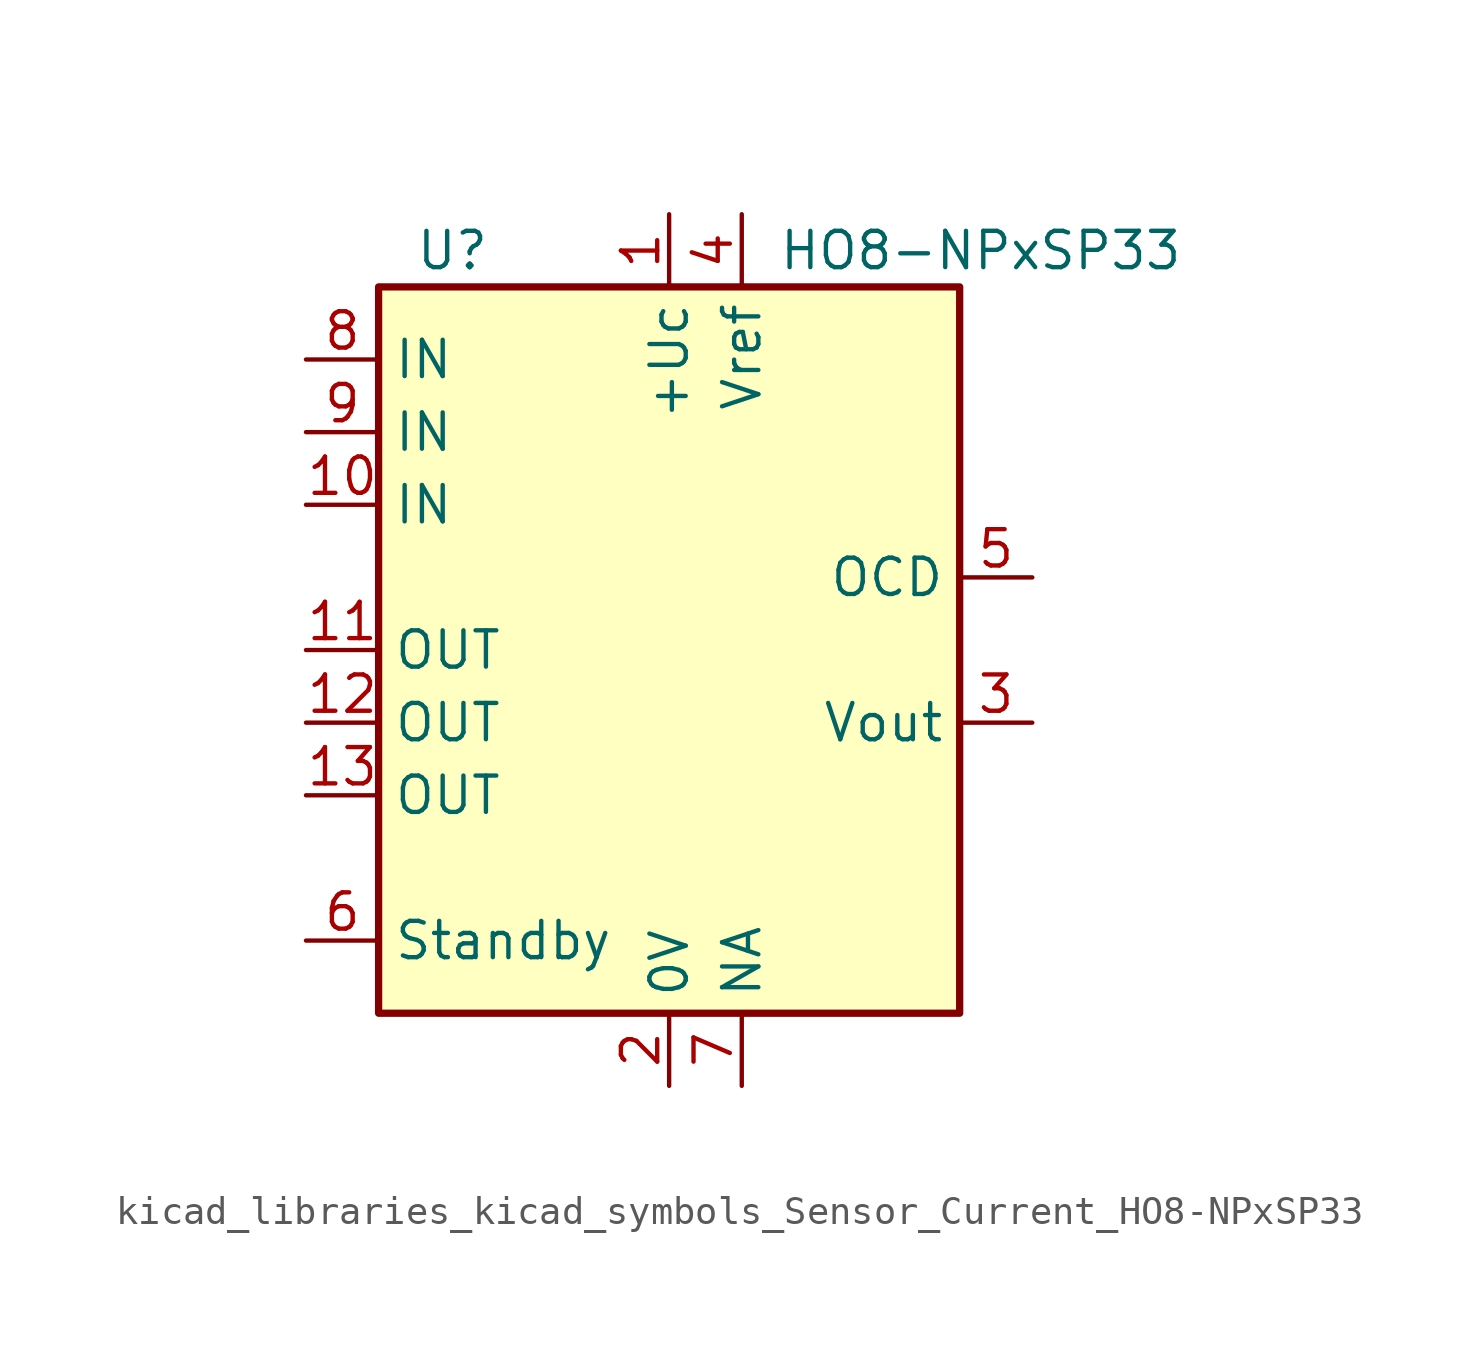
<source format=kicad_sym>
(kicad_symbol_lib
  (version 20220914)
  (generator kicad_symbol_editor)
  (symbol "kicad_libraries_kicad_symbols_Sensor_Current_HO8-NPxSP33"
    (property "Reference" "U"
      (at -8.89 13.97 0)
      (effects (font (size 1.27 1.27)) (justify left)))
    (property "Value" "HO8-NPxSP33"
      (at 3.81 13.97 0)
      (effects (font (size 1.27 1.27)) (justify left)))
    (symbol "kicad_libraries_kicad_symbols_Sensor_Current_HO8-NPxSP33_0_1"
      (rectangle (start -10.16 12.7) (end 10.16 -12.7) (stroke (width 0.254) (type default)) (fill (type background))))
    (symbol "kicad_libraries_kicad_symbols_Sensor_Current_HO8-NPxSP33_1_1"
      (pin power_in line (at 0 15.24 270) (length 2.54) (name "+Uc" (effects (font (size 1.27 1.27)))) (number "1" (effects (font (size 1.27 1.27)))))
      (pin passive line (at -12.7 5.08 0) (length 2.54) (name "IN" (effects (font (size 1.27 1.27)))) (number "10" (effects (font (size 1.27 1.27)))))
      (pin passive line (at -12.7 0 0) (length 2.54) (name "OUT" (effects (font (size 1.27 1.27)))) (number "11" (effects (font (size 1.27 1.27)))))
      (pin passive line (at -12.7 -2.54 0) (length 2.54) (name "OUT" (effects (font (size 1.27 1.27)))) (number "12" (effects (font (size 1.27 1.27)))))
      (pin passive line (at -12.7 -5.08 0) (length 2.54) (name "OUT" (effects (font (size 1.27 1.27)))) (number "13" (effects (font (size 1.27 1.27)))))
      (pin power_in line (at 0 -15.24 90) (length 2.54) (name "0V" (effects (font (size 1.27 1.27)))) (number "2" (effects (font (size 1.27 1.27)))))
      (pin output line (at 12.7 -2.54 180) (length 2.54) (name "Vout" (effects (font (size 1.27 1.27)))) (number "3" (effects (font (size 1.27 1.27)))))
      (pin passive line (at 2.54 15.24 270) (length 2.54) (name "Vref" (effects (font (size 1.27 1.27)))) (number "4" (effects (font (size 1.27 1.27)))))
      (pin open_collector line (at 12.7 2.54 180) (length 2.54) (name "OCD" (effects (font (size 1.27 1.27)))) (number "5" (effects (font (size 1.27 1.27)))))
      (pin input line (at -12.7 -10.16 0) (length 2.54) (name "Standby" (effects (font (size 1.27 1.27)))) (number "6" (effects (font (size 1.27 1.27)))))
      (pin passive line (at 2.54 -15.24 90) (length 2.54) (name "NA" (effects (font (size 1.27 1.27)))) (number "7" (effects (font (size 1.27 1.27)))))
      (pin passive line (at -12.7 10.16 0) (length 2.54) (name "IN" (effects (font (size 1.27 1.27)))) (number "8" (effects (font (size 1.27 1.27)))))
      (pin passive line (at -12.7 7.62 0) (length 2.54) (name "IN" (effects (font (size 1.27 1.27)))) (number "9" (effects (font (size 1.27 1.27))))))))
</source>
